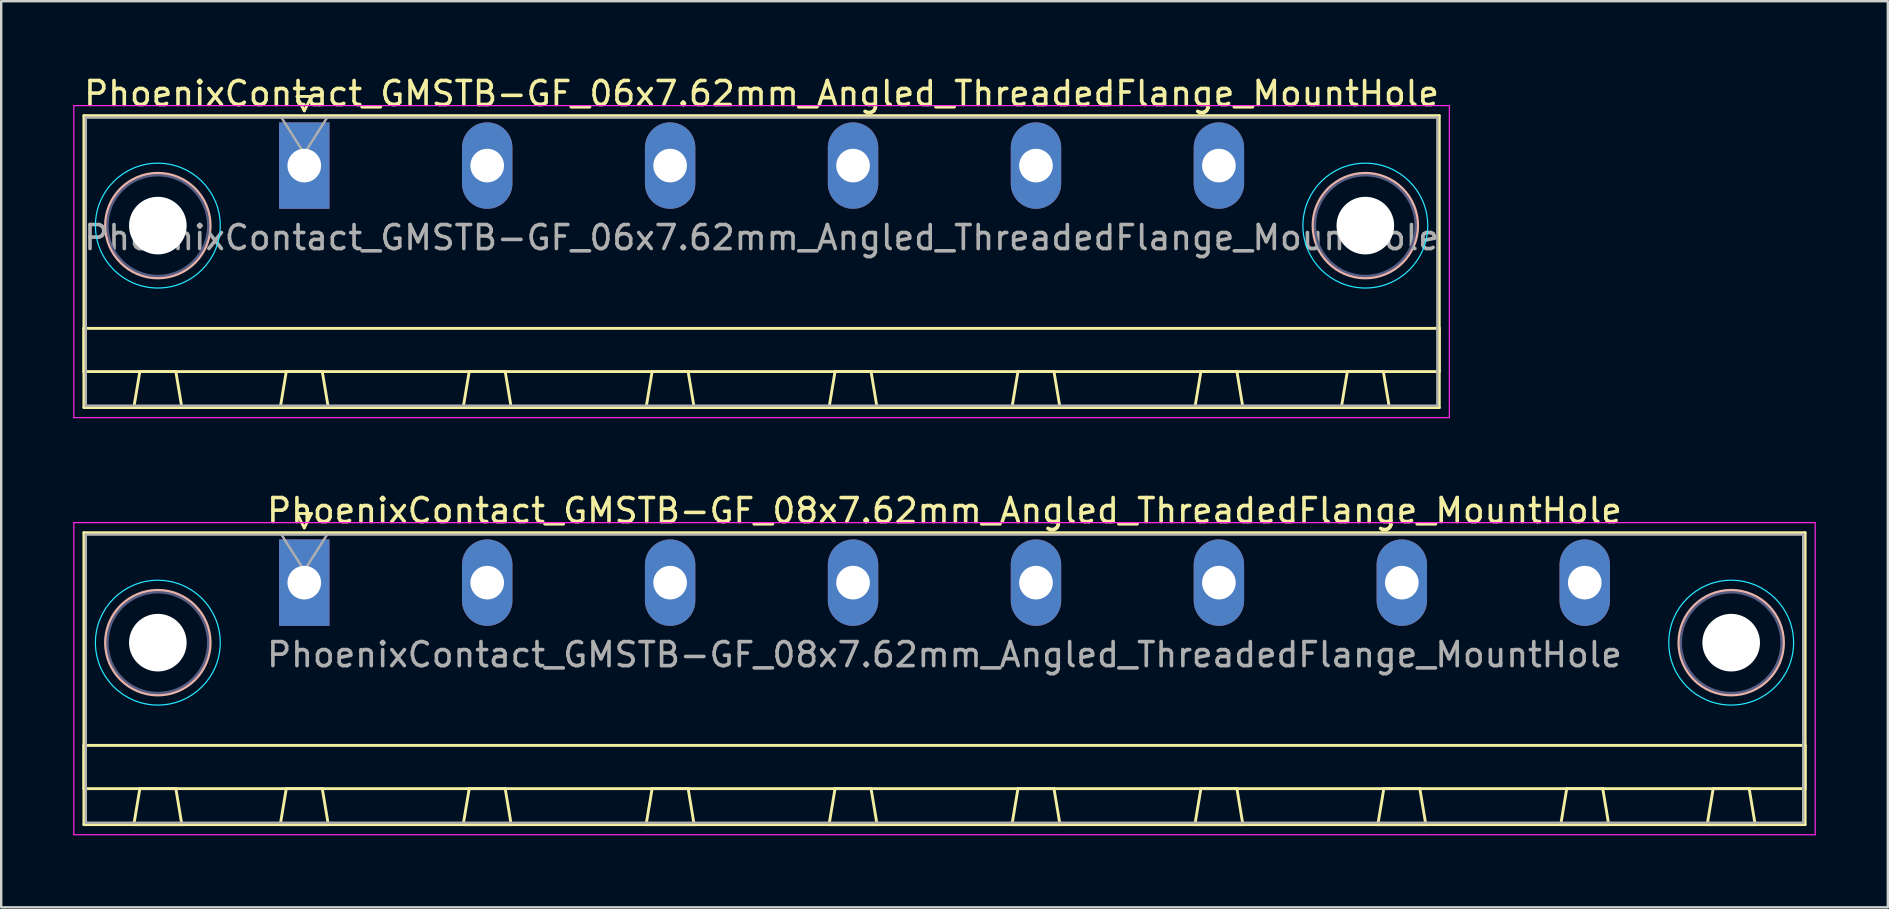
<source format=kicad_pcb>
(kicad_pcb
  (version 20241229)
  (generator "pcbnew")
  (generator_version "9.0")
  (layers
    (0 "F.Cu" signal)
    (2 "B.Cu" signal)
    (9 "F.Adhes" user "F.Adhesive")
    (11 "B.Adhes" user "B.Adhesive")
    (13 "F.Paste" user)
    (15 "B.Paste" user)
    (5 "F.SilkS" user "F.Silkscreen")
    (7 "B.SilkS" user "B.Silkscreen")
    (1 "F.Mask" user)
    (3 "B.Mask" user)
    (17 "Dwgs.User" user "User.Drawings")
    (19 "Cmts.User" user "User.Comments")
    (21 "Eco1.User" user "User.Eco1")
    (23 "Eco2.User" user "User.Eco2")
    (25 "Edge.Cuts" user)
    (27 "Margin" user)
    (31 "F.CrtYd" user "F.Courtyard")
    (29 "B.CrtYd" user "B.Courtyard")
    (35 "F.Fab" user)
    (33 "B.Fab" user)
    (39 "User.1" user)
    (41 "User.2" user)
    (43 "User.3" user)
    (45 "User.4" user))
  (footprint "PhoenixContact_GMSTB-GF_06x7.62mm_Angled_ThreadedFlange_MountHole"
    (layer "F.Cu")
    (at 9.625 3.848)
    (property "Reference" "PhoenixContact_GMSTB-GF_06x7.62mm_Angled_ThreadedFlange_MountHole" (at 19.05 -3 0) (layer "F.SilkS") (effects (font (size 1 1) (thickness 0.15))))
    (attr through_hole)
    (fp_line (start -9.18 -2.08) (end -9.18 10.08) (stroke (width 0.12) (type solid)) (layer "F.SilkS"))
    (fp_line (start -9.18 6.78) (end 47.28 6.78) (stroke (width 0.12) (type solid)) (layer "F.SilkS"))
    (fp_line (start -9.18 8.58) (end -9.18 6.78) (stroke (width 0.12) (type solid)) (layer "F.SilkS"))
    (fp_line (start -9.18 10.08) (end 47.28 10.08) (stroke (width 0.12) (type solid)) (layer "F.SilkS"))
    (fp_line (start -7.1 10.08) (end -5.1 10.08) (stroke (width 0.12) (type solid)) (layer "F.SilkS"))
    (fp_line (start -6.85 8.58) (end -7.1 10.08) (stroke (width 0.12) (type solid)) (layer "F.SilkS"))
    (fp_line (start -5.35 8.58) (end -6.85 8.58) (stroke (width 0.12) (type solid)) (layer "F.SilkS"))
    (fp_line (start -5.1 10.08) (end -5.35 8.58) (stroke (width 0.12) (type solid)) (layer "F.SilkS"))
    (fp_line (start -1 10.08) (end 1 10.08) (stroke (width 0.12) (type solid)) (layer "F.SilkS"))
    (fp_line (start -0.75 8.58) (end -1 10.08) (stroke (width 0.12) (type solid)) (layer "F.SilkS"))
    (fp_line (start -0.3 -2.88) (end 0.3 -2.88) (stroke (width 0.12) (type solid)) (layer "F.SilkS"))
    (fp_line (start 0 -2.28) (end -0.3 -2.88) (stroke (width 0.12) (type solid)) (layer "F.SilkS"))
    (fp_line (start 0.3 -2.88) (end 0 -2.28) (stroke (width 0.12) (type solid)) (layer "F.SilkS"))
    (fp_line (start 0.75 8.58) (end -0.75 8.58) (stroke (width 0.12) (type solid)) (layer "F.SilkS"))
    (fp_line (start 1 10.08) (end 0.75 8.58) (stroke (width 0.12) (type solid)) (layer "F.SilkS"))
    (fp_line (start 6.62 10.08) (end 8.62 10.08) (stroke (width 0.12) (type solid)) (layer "F.SilkS"))
    (fp_line (start 6.87 8.58) (end 6.62 10.08) (stroke (width 0.12) (type solid)) (layer "F.SilkS"))
    (fp_line (start 8.37 8.58) (end 6.87 8.58) (stroke (width 0.12) (type solid)) (layer "F.SilkS"))
    (fp_line (start 8.62 10.08) (end 8.37 8.58) (stroke (width 0.12) (type solid)) (layer "F.SilkS"))
    (fp_line (start 14.24 10.08) (end 16.24 10.08) (stroke (width 0.12) (type solid)) (layer "F.SilkS"))
    (fp_line (start 14.49 8.58) (end 14.24 10.08) (stroke (width 0.12) (type solid)) (layer "F.SilkS"))
    (fp_line (start 15.99 8.58) (end 14.49 8.58) (stroke (width 0.12) (type solid)) (layer "F.SilkS"))
    (fp_line (start 16.24 10.08) (end 15.99 8.58) (stroke (width 0.12) (type solid)) (layer "F.SilkS"))
    (fp_line (start 21.86 10.08) (end 23.86 10.08) (stroke (width 0.12) (type solid)) (layer "F.SilkS"))
    (fp_line (start 22.11 8.58) (end 21.86 10.08) (stroke (width 0.12) (type solid)) (layer "F.SilkS"))
    (fp_line (start 23.61 8.58) (end 22.11 8.58) (stroke (width 0.12) (type solid)) (layer "F.SilkS"))
    (fp_line (start 23.86 10.08) (end 23.61 8.58) (stroke (width 0.12) (type solid)) (layer "F.SilkS"))
    (fp_line (start 29.48 10.08) (end 31.48 10.08) (stroke (width 0.12) (type solid)) (layer "F.SilkS"))
    (fp_line (start 29.73 8.58) (end 29.48 10.08) (stroke (width 0.12) (type solid)) (layer "F.SilkS"))
    (fp_line (start 31.23 8.58) (end 29.73 8.58) (stroke (width 0.12) (type solid)) (layer "F.SilkS"))
    (fp_line (start 31.48 10.08) (end 31.23 8.58) (stroke (width 0.12) (type solid)) (layer "F.SilkS"))
    (fp_line (start 37.1 10.08) (end 39.1 10.08) (stroke (width 0.12) (type solid)) (layer "F.SilkS"))
    (fp_line (start 37.35 8.58) (end 37.1 10.08) (stroke (width 0.12) (type solid)) (layer "F.SilkS"))
    (fp_line (start 38.85 8.58) (end 37.35 8.58) (stroke (width 0.12) (type solid)) (layer "F.SilkS"))
    (fp_line (start 39.1 10.08) (end 38.85 8.58) (stroke (width 0.12) (type solid)) (layer "F.SilkS"))
    (fp_line (start 43.2 10.08) (end 45.2 10.08) (stroke (width 0.12) (type solid)) (layer "F.SilkS"))
    (fp_line (start 43.45 8.58) (end 43.2 10.08) (stroke (width 0.12) (type solid)) (layer "F.SilkS"))
    (fp_line (start 44.95 8.58) (end 43.45 8.58) (stroke (width 0.12) (type solid)) (layer "F.SilkS"))
    (fp_line (start 45.2 10.08) (end 44.95 8.58) (stroke (width 0.12) (type solid)) (layer "F.SilkS"))
    (fp_line (start 47.28 -2.08) (end -9.18 -2.08) (stroke (width 0.12) (type solid)) (layer "F.SilkS"))
    (fp_line (start 47.28 6.78) (end 47.28 8.58) (stroke (width 0.12) (type solid)) (layer "F.SilkS"))
    (fp_line (start 47.28 8.58) (end -9.18 8.58) (stroke (width 0.12) (type solid)) (layer "F.SilkS"))
    (fp_line (start 47.28 10.08) (end 47.28 -2.08) (stroke (width 0.12) (type solid)) (layer "F.SilkS"))
    (fp_circle (center -6.1 2.5) (end -3.92 2.5) (stroke (width 0.12) (type solid)) (fill no) (layer "B.SilkS"))
    (fp_circle (center 44.2 2.5) (end 46.38 2.5) (stroke (width 0.12) (type solid)) (fill no) (layer "B.SilkS"))
    (fp_circle (center -6.1 2.5) (end -3.5 2.5) (stroke (width 0.05) (type solid)) (fill no) (layer "B.CrtYd"))
    (fp_circle (center 44.2 2.5) (end 46.8 2.5) (stroke (width 0.05) (type solid)) (fill no) (layer "B.CrtYd"))
    (fp_line (start -9.6 -2.5) (end -9.6 10.5) (stroke (width 0.05) (type solid)) (layer "F.CrtYd"))
    (fp_line (start -9.6 10.5) (end 47.7 10.5) (stroke (width 0.05) (type solid)) (layer "F.CrtYd"))
    (fp_line (start 47.7 -2.5) (end -9.6 -2.5) (stroke (width 0.05) (type solid)) (layer "F.CrtYd"))
    (fp_line (start 47.7 10.5) (end 47.7 -2.5) (stroke (width 0.05) (type solid)) (layer "F.CrtYd"))
    (fp_circle (center -6.1 2.5) (end -4 2.5) (stroke (width 0.1) (type solid)) (fill no) (layer "B.Fab"))
    (fp_circle (center 44.2 2.5) (end 46.3 2.5) (stroke (width 0.1) (type solid)) (fill no) (layer "B.Fab"))
    (fp_line (start -9.1 -2) (end -9.1 10) (stroke (width 0.1) (type solid)) (layer "F.Fab"))
    (fp_line (start -9.1 10) (end 47.2 10) (stroke (width 0.1) (type solid)) (layer "F.Fab"))
    (fp_line (start 0 -0.5) (end -0.95 -2) (stroke (width 0.1) (type solid)) (layer "F.Fab"))
    (fp_line (start 0.95 -2) (end 0 -0.5) (stroke (width 0.1) (type solid)) (layer "F.Fab"))
    (fp_line (start 47.2 -2) (end -9.1 -2) (stroke (width 0.1) (type solid)) (layer "F.Fab"))
    (fp_line (start 47.2 10) (end 47.2 -2) (stroke (width 0.1) (type solid)) (layer "F.Fab"))
    (fp_text user "${REFERENCE}" (at 19.05 3 0) (layer "F.Fab") (effects (font (size 1 1) (thickness 0.15))))
    (pad "" np_thru_hole circle (at -6.1 2.5) (size 2.4 2.4) (drill 2.4) (layers "*.Cu" "*.Mask"))
    (pad "" np_thru_hole circle (at 44.2 2.5) (size 2.4 2.4) (drill 2.4) (layers "*.Cu" "*.Mask"))
    (pad "1" thru_hole rect (at 0 0) (size 2.1 3.6) (drill 1.4) (layers "*.Cu" "*.Mask"))
    (pad "2" thru_hole oval (at 7.62 0) (size 2.1 3.6) (drill 1.4) (layers "*.Cu" "*.Mask"))
    (pad "3" thru_hole oval (at 15.24 0) (size 2.1 3.6) (drill 1.4) (layers "*.Cu" "*.Mask"))
    (pad "4" thru_hole oval (at 22.86 0) (size 2.1 3.6) (drill 1.4) (layers "*.Cu" "*.Mask"))
    (pad "5" thru_hole oval (at 30.48 0) (size 2.1 3.6) (drill 1.4) (layers "*.Cu" "*.Mask"))
    (pad "6" thru_hole oval (at 38.1 0) (size 2.1 3.6) (drill 1.4) (layers "*.Cu" "*.Mask")))
  (footprint "PhoenixContact_GMSTB-GF_08x7.62mm_Angled_ThreadedFlange_MountHole"
    (layer "F.Cu")
    (at 9.625 21.221)
    (property "Reference" "PhoenixContact_GMSTB-GF_08x7.62mm_Angled_ThreadedFlange_MountHole" (at 26.67 -3 0) (layer "F.SilkS") (effects (font (size 1 1) (thickness 0.15))))
    (attr through_hole)
    (fp_line (start -9.18 -2.08) (end -9.18 10.08) (stroke (width 0.12) (type solid)) (layer "F.SilkS"))
    (fp_line (start -9.18 6.78) (end 62.52 6.78) (stroke (width 0.12) (type solid)) (layer "F.SilkS"))
    (fp_line (start -9.18 8.58) (end -9.18 6.78) (stroke (width 0.12) (type solid)) (layer "F.SilkS"))
    (fp_line (start -9.18 10.08) (end 62.52 10.08) (stroke (width 0.12) (type solid)) (layer "F.SilkS"))
    (fp_line (start -7.1 10.08) (end -5.1 10.08) (stroke (width 0.12) (type solid)) (layer "F.SilkS"))
    (fp_line (start -6.85 8.58) (end -7.1 10.08) (stroke (width 0.12) (type solid)) (layer "F.SilkS"))
    (fp_line (start -5.35 8.58) (end -6.85 8.58) (stroke (width 0.12) (type solid)) (layer "F.SilkS"))
    (fp_line (start -5.1 10.08) (end -5.35 8.58) (stroke (width 0.12) (type solid)) (layer "F.SilkS"))
    (fp_line (start -1 10.08) (end 1 10.08) (stroke (width 0.12) (type solid)) (layer "F.SilkS"))
    (fp_line (start -0.75 8.58) (end -1 10.08) (stroke (width 0.12) (type solid)) (layer "F.SilkS"))
    (fp_line (start -0.3 -2.88) (end 0.3 -2.88) (stroke (width 0.12) (type solid)) (layer "F.SilkS"))
    (fp_line (start 0 -2.28) (end -0.3 -2.88) (stroke (width 0.12) (type solid)) (layer "F.SilkS"))
    (fp_line (start 0.3 -2.88) (end 0 -2.28) (stroke (width 0.12) (type solid)) (layer "F.SilkS"))
    (fp_line (start 0.75 8.58) (end -0.75 8.58) (stroke (width 0.12) (type solid)) (layer "F.SilkS"))
    (fp_line (start 1 10.08) (end 0.75 8.58) (stroke (width 0.12) (type solid)) (layer "F.SilkS"))
    (fp_line (start 6.62 10.08) (end 8.62 10.08) (stroke (width 0.12) (type solid)) (layer "F.SilkS"))
    (fp_line (start 6.87 8.58) (end 6.62 10.08) (stroke (width 0.12) (type solid)) (layer "F.SilkS"))
    (fp_line (start 8.37 8.58) (end 6.87 8.58) (stroke (width 0.12) (type solid)) (layer "F.SilkS"))
    (fp_line (start 8.62 10.08) (end 8.37 8.58) (stroke (width 0.12) (type solid)) (layer "F.SilkS"))
    (fp_line (start 14.24 10.08) (end 16.24 10.08) (stroke (width 0.12) (type solid)) (layer "F.SilkS"))
    (fp_line (start 14.49 8.58) (end 14.24 10.08) (stroke (width 0.12) (type solid)) (layer "F.SilkS"))
    (fp_line (start 15.99 8.58) (end 14.49 8.58) (stroke (width 0.12) (type solid)) (layer "F.SilkS"))
    (fp_line (start 16.24 10.08) (end 15.99 8.58) (stroke (width 0.12) (type solid)) (layer "F.SilkS"))
    (fp_line (start 21.86 10.08) (end 23.86 10.08) (stroke (width 0.12) (type solid)) (layer "F.SilkS"))
    (fp_line (start 22.11 8.58) (end 21.86 10.08) (stroke (width 0.12) (type solid)) (layer "F.SilkS"))
    (fp_line (start 23.61 8.58) (end 22.11 8.58) (stroke (width 0.12) (type solid)) (layer "F.SilkS"))
    (fp_line (start 23.86 10.08) (end 23.61 8.58) (stroke (width 0.12) (type solid)) (layer "F.SilkS"))
    (fp_line (start 29.48 10.08) (end 31.48 10.08) (stroke (width 0.12) (type solid)) (layer "F.SilkS"))
    (fp_line (start 29.73 8.58) (end 29.48 10.08) (stroke (width 0.12) (type solid)) (layer "F.SilkS"))
    (fp_line (start 31.23 8.58) (end 29.73 8.58) (stroke (width 0.12) (type solid)) (layer "F.SilkS"))
    (fp_line (start 31.48 10.08) (end 31.23 8.58) (stroke (width 0.12) (type solid)) (layer "F.SilkS"))
    (fp_line (start 37.1 10.08) (end 39.1 10.08) (stroke (width 0.12) (type solid)) (layer "F.SilkS"))
    (fp_line (start 37.35 8.58) (end 37.1 10.08) (stroke (width 0.12) (type solid)) (layer "F.SilkS"))
    (fp_line (start 38.85 8.58) (end 37.35 8.58) (stroke (width 0.12) (type solid)) (layer "F.SilkS"))
    (fp_line (start 39.1 10.08) (end 38.85 8.58) (stroke (width 0.12) (type solid)) (layer "F.SilkS"))
    (fp_line (start 44.72 10.08) (end 46.72 10.08) (stroke (width 0.12) (type solid)) (layer "F.SilkS"))
    (fp_line (start 44.97 8.58) (end 44.72 10.08) (stroke (width 0.12) (type solid)) (layer "F.SilkS"))
    (fp_line (start 46.47 8.58) (end 44.97 8.58) (stroke (width 0.12) (type solid)) (layer "F.SilkS"))
    (fp_line (start 46.72 10.08) (end 46.47 8.58) (stroke (width 0.12) (type solid)) (layer "F.SilkS"))
    (fp_line (start 52.34 10.08) (end 54.34 10.08) (stroke (width 0.12) (type solid)) (layer "F.SilkS"))
    (fp_line (start 52.59 8.58) (end 52.34 10.08) (stroke (width 0.12) (type solid)) (layer "F.SilkS"))
    (fp_line (start 54.09 8.58) (end 52.59 8.58) (stroke (width 0.12) (type solid)) (layer "F.SilkS"))
    (fp_line (start 54.34 10.08) (end 54.09 8.58) (stroke (width 0.12) (type solid)) (layer "F.SilkS"))
    (fp_line (start 58.44 10.08) (end 60.44 10.08) (stroke (width 0.12) (type solid)) (layer "F.SilkS"))
    (fp_line (start 58.69 8.58) (end 58.44 10.08) (stroke (width 0.12) (type solid)) (layer "F.SilkS"))
    (fp_line (start 60.19 8.58) (end 58.69 8.58) (stroke (width 0.12) (type solid)) (layer "F.SilkS"))
    (fp_line (start 60.44 10.08) (end 60.19 8.58) (stroke (width 0.12) (type solid)) (layer "F.SilkS"))
    (fp_line (start 62.52 -2.08) (end -9.18 -2.08) (stroke (width 0.12) (type solid)) (layer "F.SilkS"))
    (fp_line (start 62.52 6.78) (end 62.52 8.58) (stroke (width 0.12) (type solid)) (layer "F.SilkS"))
    (fp_line (start 62.52 8.58) (end -9.18 8.58) (stroke (width 0.12) (type solid)) (layer "F.SilkS"))
    (fp_line (start 62.52 10.08) (end 62.52 -2.08) (stroke (width 0.12) (type solid)) (layer "F.SilkS"))
    (fp_circle (center -6.1 2.5) (end -3.92 2.5) (stroke (width 0.12) (type solid)) (fill no) (layer "B.SilkS"))
    (fp_circle (center 59.44 2.5) (end 61.62 2.5) (stroke (width 0.12) (type solid)) (fill no) (layer "B.SilkS"))
    (fp_circle (center -6.1 2.5) (end -3.5 2.5) (stroke (width 0.05) (type solid)) (fill no) (layer "B.CrtYd"))
    (fp_circle (center 59.44 2.5) (end 62.04 2.5) (stroke (width 0.05) (type solid)) (fill no) (layer "B.CrtYd"))
    (fp_line (start -9.6 -2.5) (end -9.6 10.5) (stroke (width 0.05) (type solid)) (layer "F.CrtYd"))
    (fp_line (start -9.6 10.5) (end 62.94 10.5) (stroke (width 0.05) (type solid)) (layer "F.CrtYd"))
    (fp_line (start 62.94 -2.5) (end -9.6 -2.5) (stroke (width 0.05) (type solid)) (layer "F.CrtYd"))
    (fp_line (start 62.94 10.5) (end 62.94 -2.5) (stroke (width 0.05) (type solid)) (layer "F.CrtYd"))
    (fp_circle (center -6.1 2.5) (end -4 2.5) (stroke (width 0.1) (type solid)) (fill no) (layer "B.Fab"))
    (fp_circle (center 59.44 2.5) (end 61.54 2.5) (stroke (width 0.1) (type solid)) (fill no) (layer "B.Fab"))
    (fp_line (start -9.1 -2) (end -9.1 10) (stroke (width 0.1) (type solid)) (layer "F.Fab"))
    (fp_line (start -9.1 10) (end 62.44 10) (stroke (width 0.1) (type solid)) (layer "F.Fab"))
    (fp_line (start 0 -0.5) (end -0.95 -2) (stroke (width 0.1) (type solid)) (layer "F.Fab"))
    (fp_line (start 0.95 -2) (end 0 -0.5) (stroke (width 0.1) (type solid)) (layer "F.Fab"))
    (fp_line (start 62.44 -2) (end -9.1 -2) (stroke (width 0.1) (type solid)) (layer "F.Fab"))
    (fp_line (start 62.44 10) (end 62.44 -2) (stroke (width 0.1) (type solid)) (layer "F.Fab"))
    (fp_text user "${REFERENCE}" (at 26.67 3 0) (layer "F.Fab") (effects (font (size 1 1) (thickness 0.15))))
    (pad "" np_thru_hole circle (at -6.1 2.5) (size 2.4 2.4) (drill 2.4) (layers "*.Cu" "*.Mask"))
    (pad "" np_thru_hole circle (at 59.44 2.5) (size 2.4 2.4) (drill 2.4) (layers "*.Cu" "*.Mask"))
    (pad "1" thru_hole rect (at 0 0) (size 2.1 3.6) (drill 1.4) (layers "*.Cu" "*.Mask"))
    (pad "2" thru_hole oval (at 7.62 0) (size 2.1 3.6) (drill 1.4) (layers "*.Cu" "*.Mask"))
    (pad "3" thru_hole oval (at 15.24 0) (size 2.1 3.6) (drill 1.4) (layers "*.Cu" "*.Mask"))
    (pad "4" thru_hole oval (at 22.86 0) (size 2.1 3.6) (drill 1.4) (layers "*.Cu" "*.Mask"))
    (pad "5" thru_hole oval (at 30.48 0) (size 2.1 3.6) (drill 1.4) (layers "*.Cu" "*.Mask"))
    (pad "6" thru_hole oval (at 38.1 0) (size 2.1 3.6) (drill 1.4) (layers "*.Cu" "*.Mask"))
    (pad "7" thru_hole oval (at 45.72 0) (size 2.1 3.6) (drill 1.4) (layers "*.Cu" "*.Mask"))
    (pad "8" thru_hole oval (at 53.34 0) (size 2.1 3.6) (drill 1.4) (layers "*.Cu" "*.Mask")))
  (gr_rect
    (start -3 -3)
    (end 75.59 34.746)
    (stroke (width 0.1) (type default))
    (fill no)
    (layer "Edge.Cuts")))
</source>
